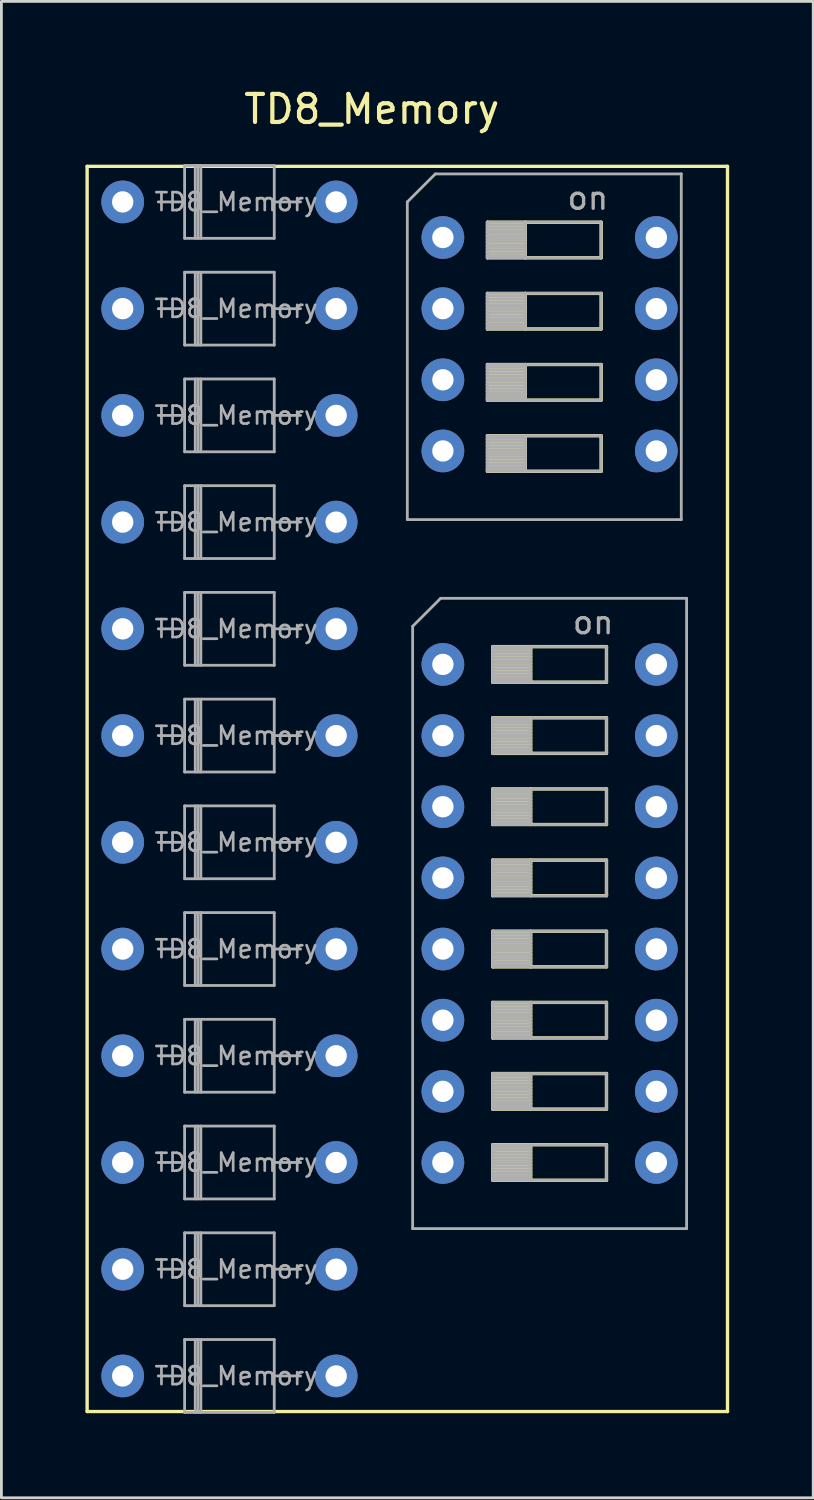
<source format=kicad_pcb>
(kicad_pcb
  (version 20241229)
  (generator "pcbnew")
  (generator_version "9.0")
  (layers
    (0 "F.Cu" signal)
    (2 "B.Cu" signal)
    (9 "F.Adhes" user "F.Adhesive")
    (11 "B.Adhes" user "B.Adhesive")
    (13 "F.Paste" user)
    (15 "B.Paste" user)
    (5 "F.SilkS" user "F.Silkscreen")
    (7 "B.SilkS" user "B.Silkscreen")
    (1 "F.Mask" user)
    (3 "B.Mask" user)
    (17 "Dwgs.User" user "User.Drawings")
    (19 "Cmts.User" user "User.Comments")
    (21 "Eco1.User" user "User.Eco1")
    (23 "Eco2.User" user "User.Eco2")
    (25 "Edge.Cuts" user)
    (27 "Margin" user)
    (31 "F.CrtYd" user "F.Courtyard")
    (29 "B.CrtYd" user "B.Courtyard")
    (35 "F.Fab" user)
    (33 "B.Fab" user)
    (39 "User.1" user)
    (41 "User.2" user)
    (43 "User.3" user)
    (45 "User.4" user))
  (footprint "TD8_Memory"
    (layer "F.Cu")
    (at 10.22 0.348)
    (property "Reference" "TD8_Memory" (at 0 0.5 0) (layer "F.SilkS") (effects (font (size 1 1) (thickness 0.15))))
    (attr through_hole)
    (fp_line (start -10.16 2.54) (end 12.7 2.54) (stroke (width 0.12) (type solid)) (layer "F.SilkS"))
    (fp_line (start -10.16 46.99) (end -10.16 2.54) (stroke (width 0.12) (type solid)) (layer "F.SilkS"))
    (fp_line (start 4.13 4.535) (end 4.13 5.805) (stroke (width 0.12) (type solid)) (layer "F.SilkS"))
    (fp_line (start 4.13 4.655) (end 5.483 4.655) (stroke (width 0.12) (type solid)) (layer "F.SilkS"))
    (fp_line (start 4.13 4.775) (end 5.483 4.775) (stroke (width 0.12) (type solid)) (layer "F.SilkS"))
    (fp_line (start 4.13 4.895) (end 5.483 4.895) (stroke (width 0.12) (type solid)) (layer "F.SilkS"))
    (fp_line (start 4.13 5.015) (end 5.483 5.015) (stroke (width 0.12) (type solid)) (layer "F.SilkS"))
    (fp_line (start 4.13 5.135) (end 5.483 5.135) (stroke (width 0.12) (type solid)) (layer "F.SilkS"))
    (fp_line (start 4.13 5.255) (end 5.483 5.255) (stroke (width 0.12) (type solid)) (layer "F.SilkS"))
    (fp_line (start 4.13 5.375) (end 5.483 5.375) (stroke (width 0.12) (type solid)) (layer "F.SilkS"))
    (fp_line (start 4.13 5.495) (end 5.483 5.495) (stroke (width 0.12) (type solid)) (layer "F.SilkS"))
    (fp_line (start 4.13 5.615) (end 5.483 5.615) (stroke (width 0.12) (type solid)) (layer "F.SilkS"))
    (fp_line (start 4.13 5.735) (end 5.483 5.735) (stroke (width 0.12) (type solid)) (layer "F.SilkS"))
    (fp_line (start 4.13 5.805) (end 8.19 5.805) (stroke (width 0.12) (type solid)) (layer "F.SilkS"))
    (fp_line (start 4.13 7.075) (end 4.13 8.345) (stroke (width 0.12) (type solid)) (layer "F.SilkS"))
    (fp_line (start 4.13 7.195) (end 5.483 7.195) (stroke (width 0.12) (type solid)) (layer "F.SilkS"))
    (fp_line (start 4.13 7.315) (end 5.483 7.315) (stroke (width 0.12) (type solid)) (layer "F.SilkS"))
    (fp_line (start 4.13 7.435) (end 5.483 7.435) (stroke (width 0.12) (type solid)) (layer "F.SilkS"))
    (fp_line (start 4.13 7.555) (end 5.483 7.555) (stroke (width 0.12) (type solid)) (layer "F.SilkS"))
    (fp_line (start 4.13 7.675) (end 5.483 7.675) (stroke (width 0.12) (type solid)) (layer "F.SilkS"))
    (fp_line (start 4.13 7.795) (end 5.483 7.795) (stroke (width 0.12) (type solid)) (layer "F.SilkS"))
    (fp_line (start 4.13 7.915) (end 5.483 7.915) (stroke (width 0.12) (type solid)) (layer "F.SilkS"))
    (fp_line (start 4.13 8.035) (end 5.483 8.035) (stroke (width 0.12) (type solid)) (layer "F.SilkS"))
    (fp_line (start 4.13 8.155) (end 5.483 8.155) (stroke (width 0.12) (type solid)) (layer "F.SilkS"))
    (fp_line (start 4.13 8.275) (end 5.483 8.275) (stroke (width 0.12) (type solid)) (layer "F.SilkS"))
    (fp_line (start 4.13 8.345) (end 8.19 8.345) (stroke (width 0.12) (type solid)) (layer "F.SilkS"))
    (fp_line (start 4.13 9.615) (end 4.13 10.885) (stroke (width 0.12) (type solid)) (layer "F.SilkS"))
    (fp_line (start 4.13 9.735) (end 5.483 9.735) (stroke (width 0.12) (type solid)) (layer "F.SilkS"))
    (fp_line (start 4.13 9.855) (end 5.483 9.855) (stroke (width 0.12) (type solid)) (layer "F.SilkS"))
    (fp_line (start 4.13 9.975) (end 5.483 9.975) (stroke (width 0.12) (type solid)) (layer "F.SilkS"))
    (fp_line (start 4.13 10.095) (end 5.483 10.095) (stroke (width 0.12) (type solid)) (layer "F.SilkS"))
    (fp_line (start 4.13 10.215) (end 5.483 10.215) (stroke (width 0.12) (type solid)) (layer "F.SilkS"))
    (fp_line (start 4.13 10.335) (end 5.483 10.335) (stroke (width 0.12) (type solid)) (layer "F.SilkS"))
    (fp_line (start 4.13 10.455) (end 5.483 10.455) (stroke (width 0.12) (type solid)) (layer "F.SilkS"))
    (fp_line (start 4.13 10.575) (end 5.483 10.575) (stroke (width 0.12) (type solid)) (layer "F.SilkS"))
    (fp_line (start 4.13 10.695) (end 5.483 10.695) (stroke (width 0.12) (type solid)) (layer "F.SilkS"))
    (fp_line (start 4.13 10.815) (end 5.483 10.815) (stroke (width 0.12) (type solid)) (layer "F.SilkS"))
    (fp_line (start 4.13 10.885) (end 8.19 10.885) (stroke (width 0.12) (type solid)) (layer "F.SilkS"))
    (fp_line (start 4.13 12.155) (end 4.13 13.425) (stroke (width 0.12) (type solid)) (layer "F.SilkS"))
    (fp_line (start 4.13 12.275) (end 5.483 12.275) (stroke (width 0.12) (type solid)) (layer "F.SilkS"))
    (fp_line (start 4.13 12.395) (end 5.483 12.395) (stroke (width 0.12) (type solid)) (layer "F.SilkS"))
    (fp_line (start 4.13 12.515) (end 5.483 12.515) (stroke (width 0.12) (type solid)) (layer "F.SilkS"))
    (fp_line (start 4.13 12.635) (end 5.483 12.635) (stroke (width 0.12) (type solid)) (layer "F.SilkS"))
    (fp_line (start 4.13 12.755) (end 5.483 12.755) (stroke (width 0.12) (type solid)) (layer "F.SilkS"))
    (fp_line (start 4.13 12.875) (end 5.483 12.875) (stroke (width 0.12) (type solid)) (layer "F.SilkS"))
    (fp_line (start 4.13 12.995) (end 5.483 12.995) (stroke (width 0.12) (type solid)) (layer "F.SilkS"))
    (fp_line (start 4.13 13.115) (end 5.483 13.115) (stroke (width 0.12) (type solid)) (layer "F.SilkS"))
    (fp_line (start 4.13 13.235) (end 5.483 13.235) (stroke (width 0.12) (type solid)) (layer "F.SilkS"))
    (fp_line (start 4.13 13.355) (end 5.483 13.355) (stroke (width 0.12) (type solid)) (layer "F.SilkS"))
    (fp_line (start 4.13 13.425) (end 8.19 13.425) (stroke (width 0.12) (type solid)) (layer "F.SilkS"))
    (fp_line (start 4.32 19.685) (end 4.32 20.955) (stroke (width 0.12) (type solid)) (layer "F.SilkS"))
    (fp_line (start 4.32 19.805) (end 5.673 19.805) (stroke (width 0.12) (type solid)) (layer "F.SilkS"))
    (fp_line (start 4.32 19.925) (end 5.673 19.925) (stroke (width 0.12) (type solid)) (layer "F.SilkS"))
    (fp_line (start 4.32 20.045) (end 5.673 20.045) (stroke (width 0.12) (type solid)) (layer "F.SilkS"))
    (fp_line (start 4.32 20.165) (end 5.673 20.165) (stroke (width 0.12) (type solid)) (layer "F.SilkS"))
    (fp_line (start 4.32 20.285) (end 5.673 20.285) (stroke (width 0.12) (type solid)) (layer "F.SilkS"))
    (fp_line (start 4.32 20.405) (end 5.673 20.405) (stroke (width 0.12) (type solid)) (layer "F.SilkS"))
    (fp_line (start 4.32 20.525) (end 5.673 20.525) (stroke (width 0.12) (type solid)) (layer "F.SilkS"))
    (fp_line (start 4.32 20.645) (end 5.673 20.645) (stroke (width 0.12) (type solid)) (layer "F.SilkS"))
    (fp_line (start 4.32 20.765) (end 5.673 20.765) (stroke (width 0.12) (type solid)) (layer "F.SilkS"))
    (fp_line (start 4.32 20.885) (end 5.673 20.885) (stroke (width 0.12) (type solid)) (layer "F.SilkS"))
    (fp_line (start 4.32 20.955) (end 8.38 20.955) (stroke (width 0.12) (type solid)) (layer "F.SilkS"))
    (fp_line (start 4.32 22.225) (end 4.32 23.495) (stroke (width 0.12) (type solid)) (layer "F.SilkS"))
    (fp_line (start 4.32 22.345) (end 5.673 22.345) (stroke (width 0.12) (type solid)) (layer "F.SilkS"))
    (fp_line (start 4.32 22.465) (end 5.673 22.465) (stroke (width 0.12) (type solid)) (layer "F.SilkS"))
    (fp_line (start 4.32 22.585) (end 5.673 22.585) (stroke (width 0.12) (type solid)) (layer "F.SilkS"))
    (fp_line (start 4.32 22.705) (end 5.673 22.705) (stroke (width 0.12) (type solid)) (layer "F.SilkS"))
    (fp_line (start 4.32 22.825) (end 5.673 22.825) (stroke (width 0.12) (type solid)) (layer "F.SilkS"))
    (fp_line (start 4.32 22.945) (end 5.673 22.945) (stroke (width 0.12) (type solid)) (layer "F.SilkS"))
    (fp_line (start 4.32 23.065) (end 5.673 23.065) (stroke (width 0.12) (type solid)) (layer "F.SilkS"))
    (fp_line (start 4.32 23.185) (end 5.673 23.185) (stroke (width 0.12) (type solid)) (layer "F.SilkS"))
    (fp_line (start 4.32 23.305) (end 5.673 23.305) (stroke (width 0.12) (type solid)) (layer "F.SilkS"))
    (fp_line (start 4.32 23.425) (end 5.673 23.425) (stroke (width 0.12) (type solid)) (layer "F.SilkS"))
    (fp_line (start 4.32 23.495) (end 8.38 23.495) (stroke (width 0.12) (type solid)) (layer "F.SilkS"))
    (fp_line (start 4.32 24.765) (end 4.32 26.035) (stroke (width 0.12) (type solid)) (layer "F.SilkS"))
    (fp_line (start 4.32 24.885) (end 5.673 24.885) (stroke (width 0.12) (type solid)) (layer "F.SilkS"))
    (fp_line (start 4.32 25.005) (end 5.673 25.005) (stroke (width 0.12) (type solid)) (layer "F.SilkS"))
    (fp_line (start 4.32 25.125) (end 5.673 25.125) (stroke (width 0.12) (type solid)) (layer "F.SilkS"))
    (fp_line (start 4.32 25.245) (end 5.673 25.245) (stroke (width 0.12) (type solid)) (layer "F.SilkS"))
    (fp_line (start 4.32 25.365) (end 5.673 25.365) (stroke (width 0.12) (type solid)) (layer "F.SilkS"))
    (fp_line (start 4.32 25.485) (end 5.673 25.485) (stroke (width 0.12) (type solid)) (layer "F.SilkS"))
    (fp_line (start 4.32 25.605) (end 5.673 25.605) (stroke (width 0.12) (type solid)) (layer "F.SilkS"))
    (fp_line (start 4.32 25.725) (end 5.673 25.725) (stroke (width 0.12) (type solid)) (layer "F.SilkS"))
    (fp_line (start 4.32 25.845) (end 5.673 25.845) (stroke (width 0.12) (type solid)) (layer "F.SilkS"))
    (fp_line (start 4.32 25.965) (end 5.673 25.965) (stroke (width 0.12) (type solid)) (layer "F.SilkS"))
    (fp_line (start 4.32 26.035) (end 8.38 26.035) (stroke (width 0.12) (type solid)) (layer "F.SilkS"))
    (fp_line (start 4.32 27.305) (end 4.32 28.575) (stroke (width 0.12) (type solid)) (layer "F.SilkS"))
    (fp_line (start 4.32 27.425) (end 5.673 27.425) (stroke (width 0.12) (type solid)) (layer "F.SilkS"))
    (fp_line (start 4.32 27.545) (end 5.673 27.545) (stroke (width 0.12) (type solid)) (layer "F.SilkS"))
    (fp_line (start 4.32 27.665) (end 5.673 27.665) (stroke (width 0.12) (type solid)) (layer "F.SilkS"))
    (fp_line (start 4.32 27.785) (end 5.673 27.785) (stroke (width 0.12) (type solid)) (layer "F.SilkS"))
    (fp_line (start 4.32 27.905) (end 5.673 27.905) (stroke (width 0.12) (type solid)) (layer "F.SilkS"))
    (fp_line (start 4.32 28.025) (end 5.673 28.025) (stroke (width 0.12) (type solid)) (layer "F.SilkS"))
    (fp_line (start 4.32 28.145) (end 5.673 28.145) (stroke (width 0.12) (type solid)) (layer "F.SilkS"))
    (fp_line (start 4.32 28.265) (end 5.673 28.265) (stroke (width 0.12) (type solid)) (layer "F.SilkS"))
    (fp_line (start 4.32 28.385) (end 5.673 28.385) (stroke (width 0.12) (type solid)) (layer "F.SilkS"))
    (fp_line (start 4.32 28.505) (end 5.673 28.505) (stroke (width 0.12) (type solid)) (layer "F.SilkS"))
    (fp_line (start 4.32 28.575) (end 8.38 28.575) (stroke (width 0.12) (type solid)) (layer "F.SilkS"))
    (fp_line (start 4.32 29.845) (end 4.32 31.115) (stroke (width 0.12) (type solid)) (layer "F.SilkS"))
    (fp_line (start 4.32 29.965) (end 5.673 29.965) (stroke (width 0.12) (type solid)) (layer "F.SilkS"))
    (fp_line (start 4.32 30.085) (end 5.673 30.085) (stroke (width 0.12) (type solid)) (layer "F.SilkS"))
    (fp_line (start 4.32 30.205) (end 5.673 30.205) (stroke (width 0.12) (type solid)) (layer "F.SilkS"))
    (fp_line (start 4.32 30.325) (end 5.673 30.325) (stroke (width 0.12) (type solid)) (layer "F.SilkS"))
    (fp_line (start 4.32 30.445) (end 5.673 30.445) (stroke (width 0.12) (type solid)) (layer "F.SilkS"))
    (fp_line (start 4.32 30.565) (end 5.673 30.565) (stroke (width 0.12) (type solid)) (layer "F.SilkS"))
    (fp_line (start 4.32 30.685) (end 5.673 30.685) (stroke (width 0.12) (type solid)) (layer "F.SilkS"))
    (fp_line (start 4.32 30.805) (end 5.673 30.805) (stroke (width 0.12) (type solid)) (layer "F.SilkS"))
    (fp_line (start 4.32 30.925) (end 5.673 30.925) (stroke (width 0.12) (type solid)) (layer "F.SilkS"))
    (fp_line (start 4.32 31.045) (end 5.673 31.045) (stroke (width 0.12) (type solid)) (layer "F.SilkS"))
    (fp_line (start 4.32 31.115) (end 8.38 31.115) (stroke (width 0.12) (type solid)) (layer "F.SilkS"))
    (fp_line (start 4.32 32.385) (end 4.32 33.655) (stroke (width 0.12) (type solid)) (layer "F.SilkS"))
    (fp_line (start 4.32 32.505) (end 5.673 32.505) (stroke (width 0.12) (type solid)) (layer "F.SilkS"))
    (fp_line (start 4.32 32.625) (end 5.673 32.625) (stroke (width 0.12) (type solid)) (layer "F.SilkS"))
    (fp_line (start 4.32 32.745) (end 5.673 32.745) (stroke (width 0.12) (type solid)) (layer "F.SilkS"))
    (fp_line (start 4.32 32.865) (end 5.673 32.865) (stroke (width 0.12) (type solid)) (layer "F.SilkS"))
    (fp_line (start 4.32 32.985) (end 5.673 32.985) (stroke (width 0.12) (type solid)) (layer "F.SilkS"))
    (fp_line (start 4.32 33.105) (end 5.673 33.105) (stroke (width 0.12) (type solid)) (layer "F.SilkS"))
    (fp_line (start 4.32 33.225) (end 5.673 33.225) (stroke (width 0.12) (type solid)) (layer "F.SilkS"))
    (fp_line (start 4.32 33.345) (end 5.673 33.345) (stroke (width 0.12) (type solid)) (layer "F.SilkS"))
    (fp_line (start 4.32 33.465) (end 5.673 33.465) (stroke (width 0.12) (type solid)) (layer "F.SilkS"))
    (fp_line (start 4.32 33.585) (end 5.673 33.585) (stroke (width 0.12) (type solid)) (layer "F.SilkS"))
    (fp_line (start 4.32 33.655) (end 8.38 33.655) (stroke (width 0.12) (type solid)) (layer "F.SilkS"))
    (fp_line (start 4.32 34.925) (end 4.32 36.195) (stroke (width 0.12) (type solid)) (layer "F.SilkS"))
    (fp_line (start 4.32 35.045) (end 5.673 35.045) (stroke (width 0.12) (type solid)) (layer "F.SilkS"))
    (fp_line (start 4.32 35.165) (end 5.673 35.165) (stroke (width 0.12) (type solid)) (layer "F.SilkS"))
    (fp_line (start 4.32 35.285) (end 5.673 35.285) (stroke (width 0.12) (type solid)) (layer "F.SilkS"))
    (fp_line (start 4.32 35.405) (end 5.673 35.405) (stroke (width 0.12) (type solid)) (layer "F.SilkS"))
    (fp_line (start 4.32 35.525) (end 5.673 35.525) (stroke (width 0.12) (type solid)) (layer "F.SilkS"))
    (fp_line (start 4.32 35.645) (end 5.673 35.645) (stroke (width 0.12) (type solid)) (layer "F.SilkS"))
    (fp_line (start 4.32 35.765) (end 5.673 35.765) (stroke (width 0.12) (type solid)) (layer "F.SilkS"))
    (fp_line (start 4.32 35.885) (end 5.673 35.885) (stroke (width 0.12) (type solid)) (layer "F.SilkS"))
    (fp_line (start 4.32 36.005) (end 5.673 36.005) (stroke (width 0.12) (type solid)) (layer "F.SilkS"))
    (fp_line (start 4.32 36.125) (end 5.673 36.125) (stroke (width 0.12) (type solid)) (layer "F.SilkS"))
    (fp_line (start 4.32 36.195) (end 8.38 36.195) (stroke (width 0.12) (type solid)) (layer "F.SilkS"))
    (fp_line (start 4.32 37.465) (end 4.32 38.735) (stroke (width 0.12) (type solid)) (layer "F.SilkS"))
    (fp_line (start 4.32 37.585) (end 5.673 37.585) (stroke (width 0.12) (type solid)) (layer "F.SilkS"))
    (fp_line (start 4.32 37.705) (end 5.673 37.705) (stroke (width 0.12) (type solid)) (layer "F.SilkS"))
    (fp_line (start 4.32 37.825) (end 5.673 37.825) (stroke (width 0.12) (type solid)) (layer "F.SilkS"))
    (fp_line (start 4.32 37.945) (end 5.673 37.945) (stroke (width 0.12) (type solid)) (layer "F.SilkS"))
    (fp_line (start 4.32 38.065) (end 5.673 38.065) (stroke (width 0.12) (type solid)) (layer "F.SilkS"))
    (fp_line (start 4.32 38.185) (end 5.673 38.185) (stroke (width 0.12) (type solid)) (layer "F.SilkS"))
    (fp_line (start 4.32 38.305) (end 5.673 38.305) (stroke (width 0.12) (type solid)) (layer "F.SilkS"))
    (fp_line (start 4.32 38.425) (end 5.673 38.425) (stroke (width 0.12) (type solid)) (layer "F.SilkS"))
    (fp_line (start 4.32 38.545) (end 5.673 38.545) (stroke (width 0.12) (type solid)) (layer "F.SilkS"))
    (fp_line (start 4.32 38.665) (end 5.673 38.665) (stroke (width 0.12) (type solid)) (layer "F.SilkS"))
    (fp_line (start 4.32 38.735) (end 8.38 38.735) (stroke (width 0.12) (type solid)) (layer "F.SilkS"))
    (fp_line (start 5.483 4.535) (end 5.483 5.805) (stroke (width 0.12) (type solid)) (layer "F.SilkS"))
    (fp_line (start 5.483 7.075) (end 5.483 8.345) (stroke (width 0.12) (type solid)) (layer "F.SilkS"))
    (fp_line (start 5.483 9.615) (end 5.483 10.885) (stroke (width 0.12) (type solid)) (layer "F.SilkS"))
    (fp_line (start 5.483 12.155) (end 5.483 13.425) (stroke (width 0.12) (type solid)) (layer "F.SilkS"))
    (fp_line (start 5.673 19.685) (end 5.673 20.955) (stroke (width 0.12) (type solid)) (layer "F.SilkS"))
    (fp_line (start 5.673 22.225) (end 5.673 23.495) (stroke (width 0.12) (type solid)) (layer "F.SilkS"))
    (fp_line (start 5.673 24.765) (end 5.673 26.035) (stroke (width 0.12) (type solid)) (layer "F.SilkS"))
    (fp_line (start 5.673 27.305) (end 5.673 28.575) (stroke (width 0.12) (type solid)) (layer "F.SilkS"))
    (fp_line (start 5.673 29.845) (end 5.673 31.115) (stroke (width 0.12) (type solid)) (layer "F.SilkS"))
    (fp_line (start 5.673 32.385) (end 5.673 33.655) (stroke (width 0.12) (type solid)) (layer "F.SilkS"))
    (fp_line (start 5.673 34.925) (end 5.673 36.195) (stroke (width 0.12) (type solid)) (layer "F.SilkS"))
    (fp_line (start 5.673 37.465) (end 5.673 38.735) (stroke (width 0.12) (type solid)) (layer "F.SilkS"))
    (fp_line (start 8.19 4.535) (end 4.13 4.535) (stroke (width 0.12) (type solid)) (layer "F.SilkS"))
    (fp_line (start 8.19 5.805) (end 8.19 4.535) (stroke (width 0.12) (type solid)) (layer "F.SilkS"))
    (fp_line (start 8.19 7.075) (end 4.13 7.075) (stroke (width 0.12) (type solid)) (layer "F.SilkS"))
    (fp_line (start 8.19 8.345) (end 8.19 7.075) (stroke (width 0.12) (type solid)) (layer "F.SilkS"))
    (fp_line (start 8.19 9.615) (end 4.13 9.615) (stroke (width 0.12) (type solid)) (layer "F.SilkS"))
    (fp_line (start 8.19 10.885) (end 8.19 9.615) (stroke (width 0.12) (type solid)) (layer "F.SilkS"))
    (fp_line (start 8.19 12.155) (end 4.13 12.155) (stroke (width 0.12) (type solid)) (layer "F.SilkS"))
    (fp_line (start 8.19 13.425) (end 8.19 12.155) (stroke (width 0.12) (type solid)) (layer "F.SilkS"))
    (fp_line (start 8.38 19.685) (end 4.32 19.685) (stroke (width 0.12) (type solid)) (layer "F.SilkS"))
    (fp_line (start 8.38 20.955) (end 8.38 19.685) (stroke (width 0.12) (type solid)) (layer "F.SilkS"))
    (fp_line (start 8.38 22.225) (end 4.32 22.225) (stroke (width 0.12) (type solid)) (layer "F.SilkS"))
    (fp_line (start 8.38 23.495) (end 8.38 22.225) (stroke (width 0.12) (type solid)) (layer "F.SilkS"))
    (fp_line (start 8.38 24.765) (end 4.32 24.765) (stroke (width 0.12) (type solid)) (layer "F.SilkS"))
    (fp_line (start 8.38 26.035) (end 8.38 24.765) (stroke (width 0.12) (type solid)) (layer "F.SilkS"))
    (fp_line (start 8.38 27.305) (end 4.32 27.305) (stroke (width 0.12) (type solid)) (layer "F.SilkS"))
    (fp_line (start 8.38 28.575) (end 8.38 27.305) (stroke (width 0.12) (type solid)) (layer "F.SilkS"))
    (fp_line (start 8.38 29.845) (end 4.32 29.845) (stroke (width 0.12) (type solid)) (layer "F.SilkS"))
    (fp_line (start 8.38 31.115) (end 8.38 29.845) (stroke (width 0.12) (type solid)) (layer "F.SilkS"))
    (fp_line (start 8.38 32.385) (end 4.32 32.385) (stroke (width 0.12) (type solid)) (layer "F.SilkS"))
    (fp_line (start 8.38 33.655) (end 8.38 32.385) (stroke (width 0.12) (type solid)) (layer "F.SilkS"))
    (fp_line (start 8.38 34.925) (end 4.32 34.925) (stroke (width 0.12) (type solid)) (layer "F.SilkS"))
    (fp_line (start 8.38 36.195) (end 8.38 34.925) (stroke (width 0.12) (type solid)) (layer "F.SilkS"))
    (fp_line (start 8.38 37.465) (end 4.32 37.465) (stroke (width 0.12) (type solid)) (layer "F.SilkS"))
    (fp_line (start 8.38 38.735) (end 8.38 37.465) (stroke (width 0.12) (type solid)) (layer "F.SilkS"))
    (fp_line (start 12.7 2.54) (end 12.7 46.99) (stroke (width 0.12) (type solid)) (layer "F.SilkS"))
    (fp_line (start 12.7 46.99) (end -10.16 46.99) (stroke (width 0.12) (type solid)) (layer "F.SilkS"))
    (fp_line (start -7.62 3.81) (end -6.68 3.81) (stroke (width 0.1) (type solid)) (layer "F.Fab"))
    (fp_line (start -7.62 7.62) (end -6.68 7.62) (stroke (width 0.1) (type solid)) (layer "F.Fab"))
    (fp_line (start -7.62 11.43) (end -6.68 11.43) (stroke (width 0.1) (type solid)) (layer "F.Fab"))
    (fp_line (start -7.62 15.24) (end -6.68 15.24) (stroke (width 0.1) (type solid)) (layer "F.Fab"))
    (fp_line (start -7.62 19.05) (end -6.68 19.05) (stroke (width 0.1) (type solid)) (layer "F.Fab"))
    (fp_line (start -7.62 22.86) (end -6.68 22.86) (stroke (width 0.1) (type solid)) (layer "F.Fab"))
    (fp_line (start -7.62 26.67) (end -6.68 26.67) (stroke (width 0.1) (type solid)) (layer "F.Fab"))
    (fp_line (start -7.62 30.48) (end -6.68 30.48) (stroke (width 0.1) (type solid)) (layer "F.Fab"))
    (fp_line (start -7.62 34.29) (end -6.68 34.29) (stroke (width 0.1) (type solid)) (layer "F.Fab"))
    (fp_line (start -7.62 38.1) (end -6.68 38.1) (stroke (width 0.1) (type solid)) (layer "F.Fab"))
    (fp_line (start -7.62 41.91) (end -6.68 41.91) (stroke (width 0.1) (type solid)) (layer "F.Fab"))
    (fp_line (start -7.62 45.72) (end -6.68 45.72) (stroke (width 0.1) (type solid)) (layer "F.Fab"))
    (fp_line (start -6.68 2.51) (end -6.68 5.11) (stroke (width 0.1) (type solid)) (layer "F.Fab"))
    (fp_line (start -6.68 5.11) (end -3.48 5.11) (stroke (width 0.1) (type solid)) (layer "F.Fab"))
    (fp_line (start -6.68 6.32) (end -6.68 8.92) (stroke (width 0.1) (type solid)) (layer "F.Fab"))
    (fp_line (start -6.68 8.92) (end -3.48 8.92) (stroke (width 0.1) (type solid)) (layer "F.Fab"))
    (fp_line (start -6.68 10.13) (end -6.68 12.73) (stroke (width 0.1) (type solid)) (layer "F.Fab"))
    (fp_line (start -6.68 12.73) (end -3.48 12.73) (stroke (width 0.1) (type solid)) (layer "F.Fab"))
    (fp_line (start -6.68 13.94) (end -6.68 16.54) (stroke (width 0.1) (type solid)) (layer "F.Fab"))
    (fp_line (start -6.68 16.54) (end -3.48 16.54) (stroke (width 0.1) (type solid)) (layer "F.Fab"))
    (fp_line (start -6.68 17.75) (end -6.68 20.35) (stroke (width 0.1) (type solid)) (layer "F.Fab"))
    (fp_line (start -6.68 20.35) (end -3.48 20.35) (stroke (width 0.1) (type solid)) (layer "F.Fab"))
    (fp_line (start -6.68 21.56) (end -6.68 24.16) (stroke (width 0.1) (type solid)) (layer "F.Fab"))
    (fp_line (start -6.68 24.16) (end -3.48 24.16) (stroke (width 0.1) (type solid)) (layer "F.Fab"))
    (fp_line (start -6.68 25.37) (end -6.68 27.97) (stroke (width 0.1) (type solid)) (layer "F.Fab"))
    (fp_line (start -6.68 27.97) (end -3.48 27.97) (stroke (width 0.1) (type solid)) (layer "F.Fab"))
    (fp_line (start -6.68 29.18) (end -6.68 31.78) (stroke (width 0.1) (type solid)) (layer "F.Fab"))
    (fp_line (start -6.68 31.78) (end -3.48 31.78) (stroke (width 0.1) (type solid)) (layer "F.Fab"))
    (fp_line (start -6.68 32.99) (end -6.68 35.59) (stroke (width 0.1) (type solid)) (layer "F.Fab"))
    (fp_line (start -6.68 35.59) (end -3.48 35.59) (stroke (width 0.1) (type solid)) (layer "F.Fab"))
    (fp_line (start -6.68 36.8) (end -6.68 39.4) (stroke (width 0.1) (type solid)) (layer "F.Fab"))
    (fp_line (start -6.68 39.4) (end -3.48 39.4) (stroke (width 0.1) (type solid)) (layer "F.Fab"))
    (fp_line (start -6.68 40.61) (end -6.68 43.21) (stroke (width 0.1) (type solid)) (layer "F.Fab"))
    (fp_line (start -6.68 43.21) (end -3.48 43.21) (stroke (width 0.1) (type solid)) (layer "F.Fab"))
    (fp_line (start -6.68 44.42) (end -6.68 47.02) (stroke (width 0.1) (type solid)) (layer "F.Fab"))
    (fp_line (start -6.68 47.02) (end -3.48 47.02) (stroke (width 0.1) (type solid)) (layer "F.Fab"))
    (fp_line (start -6.3 2.51) (end -6.3 5.11) (stroke (width 0.1) (type solid)) (layer "F.Fab"))
    (fp_line (start -6.3 6.32) (end -6.3 8.92) (stroke (width 0.1) (type solid)) (layer "F.Fab"))
    (fp_line (start -6.3 10.13) (end -6.3 12.73) (stroke (width 0.1) (type solid)) (layer "F.Fab"))
    (fp_line (start -6.3 13.94) (end -6.3 16.54) (stroke (width 0.1) (type solid)) (layer "F.Fab"))
    (fp_line (start -6.3 17.75) (end -6.3 20.35) (stroke (width 0.1) (type solid)) (layer "F.Fab"))
    (fp_line (start -6.3 21.56) (end -6.3 24.16) (stroke (width 0.1) (type solid)) (layer "F.Fab"))
    (fp_line (start -6.3 25.37) (end -6.3 27.97) (stroke (width 0.1) (type solid)) (layer "F.Fab"))
    (fp_line (start -6.3 29.18) (end -6.3 31.78) (stroke (width 0.1) (type solid)) (layer "F.Fab"))
    (fp_line (start -6.3 32.99) (end -6.3 35.59) (stroke (width 0.1) (type solid)) (layer "F.Fab"))
    (fp_line (start -6.3 36.8) (end -6.3 39.4) (stroke (width 0.1) (type solid)) (layer "F.Fab"))
    (fp_line (start -6.3 40.61) (end -6.3 43.21) (stroke (width 0.1) (type solid)) (layer "F.Fab"))
    (fp_line (start -6.3 44.42) (end -6.3 47.02) (stroke (width 0.1) (type solid)) (layer "F.Fab"))
    (fp_line (start -6.2 2.51) (end -6.2 5.11) (stroke (width 0.1) (type solid)) (layer "F.Fab"))
    (fp_line (start -6.2 6.32) (end -6.2 8.92) (stroke (width 0.1) (type solid)) (layer "F.Fab"))
    (fp_line (start -6.2 10.13) (end -6.2 12.73) (stroke (width 0.1) (type solid)) (layer "F.Fab"))
    (fp_line (start -6.2 13.94) (end -6.2 16.54) (stroke (width 0.1) (type solid)) (layer "F.Fab"))
    (fp_line (start -6.2 17.75) (end -6.2 20.35) (stroke (width 0.1) (type solid)) (layer "F.Fab"))
    (fp_line (start -6.2 21.56) (end -6.2 24.16) (stroke (width 0.1) (type solid)) (layer "F.Fab"))
    (fp_line (start -6.2 25.37) (end -6.2 27.97) (stroke (width 0.1) (type solid)) (layer "F.Fab"))
    (fp_line (start -6.2 29.18) (end -6.2 31.78) (stroke (width 0.1) (type solid)) (layer "F.Fab"))
    (fp_line (start -6.2 32.99) (end -6.2 35.59) (stroke (width 0.1) (type solid)) (layer "F.Fab"))
    (fp_line (start -6.2 36.8) (end -6.2 39.4) (stroke (width 0.1) (type solid)) (layer "F.Fab"))
    (fp_line (start -6.2 40.61) (end -6.2 43.21) (stroke (width 0.1) (type solid)) (layer "F.Fab"))
    (fp_line (start -6.2 44.42) (end -6.2 47.02) (stroke (width 0.1) (type solid)) (layer "F.Fab"))
    (fp_line (start -6.1 2.51) (end -6.1 5.11) (stroke (width 0.1) (type solid)) (layer "F.Fab"))
    (fp_line (start -6.1 6.32) (end -6.1 8.92) (stroke (width 0.1) (type solid)) (layer "F.Fab"))
    (fp_line (start -6.1 10.13) (end -6.1 12.73) (stroke (width 0.1) (type solid)) (layer "F.Fab"))
    (fp_line (start -6.1 13.94) (end -6.1 16.54) (stroke (width 0.1) (type solid)) (layer "F.Fab"))
    (fp_line (start -6.1 17.75) (end -6.1 20.35) (stroke (width 0.1) (type solid)) (layer "F.Fab"))
    (fp_line (start -6.1 21.56) (end -6.1 24.16) (stroke (width 0.1) (type solid)) (layer "F.Fab"))
    (fp_line (start -6.1 25.37) (end -6.1 27.97) (stroke (width 0.1) (type solid)) (layer "F.Fab"))
    (fp_line (start -6.1 29.18) (end -6.1 31.78) (stroke (width 0.1) (type solid)) (layer "F.Fab"))
    (fp_line (start -6.1 32.99) (end -6.1 35.59) (stroke (width 0.1) (type solid)) (layer "F.Fab"))
    (fp_line (start -6.1 36.8) (end -6.1 39.4) (stroke (width 0.1) (type solid)) (layer "F.Fab"))
    (fp_line (start -6.1 40.61) (end -6.1 43.21) (stroke (width 0.1) (type solid)) (layer "F.Fab"))
    (fp_line (start -6.1 44.42) (end -6.1 47.02) (stroke (width 0.1) (type solid)) (layer "F.Fab"))
    (fp_line (start -3.48 2.51) (end -6.68 2.51) (stroke (width 0.1) (type solid)) (layer "F.Fab"))
    (fp_line (start -3.48 5.11) (end -3.48 2.51) (stroke (width 0.1) (type solid)) (layer "F.Fab"))
    (fp_line (start -3.48 6.32) (end -6.68 6.32) (stroke (width 0.1) (type solid)) (layer "F.Fab"))
    (fp_line (start -3.48 8.92) (end -3.48 6.32) (stroke (width 0.1) (type solid)) (layer "F.Fab"))
    (fp_line (start -3.48 10.13) (end -6.68 10.13) (stroke (width 0.1) (type solid)) (layer "F.Fab"))
    (fp_line (start -3.48 12.73) (end -3.48 10.13) (stroke (width 0.1) (type solid)) (layer "F.Fab"))
    (fp_line (start -3.48 13.94) (end -6.68 13.94) (stroke (width 0.1) (type solid)) (layer "F.Fab"))
    (fp_line (start -3.48 16.54) (end -3.48 13.94) (stroke (width 0.1) (type solid)) (layer "F.Fab"))
    (fp_line (start -3.48 17.75) (end -6.68 17.75) (stroke (width 0.1) (type solid)) (layer "F.Fab"))
    (fp_line (start -3.48 20.35) (end -3.48 17.75) (stroke (width 0.1) (type solid)) (layer "F.Fab"))
    (fp_line (start -3.48 21.56) (end -6.68 21.56) (stroke (width 0.1) (type solid)) (layer "F.Fab"))
    (fp_line (start -3.48 24.16) (end -3.48 21.56) (stroke (width 0.1) (type solid)) (layer "F.Fab"))
    (fp_line (start -3.48 25.37) (end -6.68 25.37) (stroke (width 0.1) (type solid)) (layer "F.Fab"))
    (fp_line (start -3.48 27.97) (end -3.48 25.37) (stroke (width 0.1) (type solid)) (layer "F.Fab"))
    (fp_line (start -3.48 29.18) (end -6.68 29.18) (stroke (width 0.1) (type solid)) (layer "F.Fab"))
    (fp_line (start -3.48 31.78) (end -3.48 29.18) (stroke (width 0.1) (type solid)) (layer "F.Fab"))
    (fp_line (start -3.48 32.99) (end -6.68 32.99) (stroke (width 0.1) (type solid)) (layer "F.Fab"))
    (fp_line (start -3.48 35.59) (end -3.48 32.99) (stroke (width 0.1) (type solid)) (layer "F.Fab"))
    (fp_line (start -3.48 36.8) (end -6.68 36.8) (stroke (width 0.1) (type solid)) (layer "F.Fab"))
    (fp_line (start -3.48 39.4) (end -3.48 36.8) (stroke (width 0.1) (type solid)) (layer "F.Fab"))
    (fp_line (start -3.48 40.61) (end -6.68 40.61) (stroke (width 0.1) (type solid)) (layer "F.Fab"))
    (fp_line (start -3.48 43.21) (end -3.48 40.61) (stroke (width 0.1) (type solid)) (layer "F.Fab"))
    (fp_line (start -3.48 44.42) (end -6.68 44.42) (stroke (width 0.1) (type solid)) (layer "F.Fab"))
    (fp_line (start -3.48 47.02) (end -3.48 44.42) (stroke (width 0.1) (type solid)) (layer "F.Fab"))
    (fp_line (start -2.54 3.81) (end -3.48 3.81) (stroke (width 0.1) (type solid)) (layer "F.Fab"))
    (fp_line (start -2.54 7.62) (end -3.48 7.62) (stroke (width 0.1) (type solid)) (layer "F.Fab"))
    (fp_line (start -2.54 11.43) (end -3.48 11.43) (stroke (width 0.1) (type solid)) (layer "F.Fab"))
    (fp_line (start -2.54 15.24) (end -3.48 15.24) (stroke (width 0.1) (type solid)) (layer "F.Fab"))
    (fp_line (start -2.54 19.05) (end -3.48 19.05) (stroke (width 0.1) (type solid)) (layer "F.Fab"))
    (fp_line (start -2.54 22.86) (end -3.48 22.86) (stroke (width 0.1) (type solid)) (layer "F.Fab"))
    (fp_line (start -2.54 26.67) (end -3.48 26.67) (stroke (width 0.1) (type solid)) (layer "F.Fab"))
    (fp_line (start -2.54 30.48) (end -3.48 30.48) (stroke (width 0.1) (type solid)) (layer "F.Fab"))
    (fp_line (start -2.54 34.29) (end -3.48 34.29) (stroke (width 0.1) (type solid)) (layer "F.Fab"))
    (fp_line (start -2.54 38.1) (end -3.48 38.1) (stroke (width 0.1) (type solid)) (layer "F.Fab"))
    (fp_line (start -2.54 41.91) (end -3.48 41.91) (stroke (width 0.1) (type solid)) (layer "F.Fab"))
    (fp_line (start -2.54 45.72) (end -3.48 45.72) (stroke (width 0.1) (type solid)) (layer "F.Fab"))
    (fp_line (start 1.27 3.81) (end 2.27 2.81) (stroke (width 0.1) (type solid)) (layer "F.Fab"))
    (fp_line (start 1.27 15.15) (end 1.27 3.81) (stroke (width 0.1) (type solid)) (layer "F.Fab"))
    (fp_line (start 1.46 18.96) (end 2.46 17.96) (stroke (width 0.1) (type solid)) (layer "F.Fab"))
    (fp_line (start 1.46 40.46) (end 1.46 18.96) (stroke (width 0.1) (type solid)) (layer "F.Fab"))
    (fp_line (start 2.27 2.81) (end 11.05 2.81) (stroke (width 0.1) (type solid)) (layer "F.Fab"))
    (fp_line (start 2.46 17.96) (end 11.24 17.96) (stroke (width 0.1) (type solid)) (layer "F.Fab"))
    (fp_line (start 4.13 4.535) (end 4.13 5.805) (stroke (width 0.1) (type solid)) (layer "F.Fab"))
    (fp_line (start 4.13 4.635) (end 5.483 4.635) (stroke (width 0.1) (type solid)) (layer "F.Fab"))
    (fp_line (start 4.13 4.735) (end 5.483 4.735) (stroke (width 0.1) (type solid)) (layer "F.Fab"))
    (fp_line (start 4.13 4.835) (end 5.483 4.835) (stroke (width 0.1) (type solid)) (layer "F.Fab"))
    (fp_line (start 4.13 4.935) (end 5.483 4.935) (stroke (width 0.1) (type solid)) (layer "F.Fab"))
    (fp_line (start 4.13 5.035) (end 5.483 5.035) (stroke (width 0.1) (type solid)) (layer "F.Fab"))
    (fp_line (start 4.13 5.135) (end 5.483 5.135) (stroke (width 0.1) (type solid)) (layer "F.Fab"))
    (fp_line (start 4.13 5.235) (end 5.483 5.235) (stroke (width 0.1) (type solid)) (layer "F.Fab"))
    (fp_line (start 4.13 5.335) (end 5.483 5.335) (stroke (width 0.1) (type solid)) (layer "F.Fab"))
    (fp_line (start 4.13 5.435) (end 5.483 5.435) (stroke (width 0.1) (type solid)) (layer "F.Fab"))
    (fp_line (start 4.13 5.535) (end 5.483 5.535) (stroke (width 0.1) (type solid)) (layer "F.Fab"))
    (fp_line (start 4.13 5.635) (end 5.483 5.635) (stroke (width 0.1) (type solid)) (layer "F.Fab"))
    (fp_line (start 4.13 5.735) (end 5.483 5.735) (stroke (width 0.1) (type solid)) (layer "F.Fab"))
    (fp_line (start 4.13 5.805) (end 8.19 5.805) (stroke (width 0.1) (type solid)) (layer "F.Fab"))
    (fp_line (start 4.13 7.075) (end 4.13 8.345) (stroke (width 0.1) (type solid)) (layer "F.Fab"))
    (fp_line (start 4.13 7.175) (end 5.483 7.175) (stroke (width 0.1) (type solid)) (layer "F.Fab"))
    (fp_line (start 4.13 7.275) (end 5.483 7.275) (stroke (width 0.1) (type solid)) (layer "F.Fab"))
    (fp_line (start 4.13 7.375) (end 5.483 7.375) (stroke (width 0.1) (type solid)) (layer "F.Fab"))
    (fp_line (start 4.13 7.475) (end 5.483 7.475) (stroke (width 0.1) (type solid)) (layer "F.Fab"))
    (fp_line (start 4.13 7.575) (end 5.483 7.575) (stroke (width 0.1) (type solid)) (layer "F.Fab"))
    (fp_line (start 4.13 7.675) (end 5.483 7.675) (stroke (width 0.1) (type solid)) (layer "F.Fab"))
    (fp_line (start 4.13 7.775) (end 5.483 7.775) (stroke (width 0.1) (type solid)) (layer "F.Fab"))
    (fp_line (start 4.13 7.875) (end 5.483 7.875) (stroke (width 0.1) (type solid)) (layer "F.Fab"))
    (fp_line (start 4.13 7.975) (end 5.483 7.975) (stroke (width 0.1) (type solid)) (layer "F.Fab"))
    (fp_line (start 4.13 8.075) (end 5.483 8.075) (stroke (width 0.1) (type solid)) (layer "F.Fab"))
    (fp_line (start 4.13 8.175) (end 5.483 8.175) (stroke (width 0.1) (type solid)) (layer "F.Fab"))
    (fp_line (start 4.13 8.275) (end 5.483 8.275) (stroke (width 0.1) (type solid)) (layer "F.Fab"))
    (fp_line (start 4.13 8.345) (end 8.19 8.345) (stroke (width 0.1) (type solid)) (layer "F.Fab"))
    (fp_line (start 4.13 9.615) (end 4.13 10.885) (stroke (width 0.1) (type solid)) (layer "F.Fab"))
    (fp_line (start 4.13 9.715) (end 5.483 9.715) (stroke (width 0.1) (type solid)) (layer "F.Fab"))
    (fp_line (start 4.13 9.815) (end 5.483 9.815) (stroke (width 0.1) (type solid)) (layer "F.Fab"))
    (fp_line (start 4.13 9.915) (end 5.483 9.915) (stroke (width 0.1) (type solid)) (layer "F.Fab"))
    (fp_line (start 4.13 10.015) (end 5.483 10.015) (stroke (width 0.1) (type solid)) (layer "F.Fab"))
    (fp_line (start 4.13 10.115) (end 5.483 10.115) (stroke (width 0.1) (type solid)) (layer "F.Fab"))
    (fp_line (start 4.13 10.215) (end 5.483 10.215) (stroke (width 0.1) (type solid)) (layer "F.Fab"))
    (fp_line (start 4.13 10.315) (end 5.483 10.315) (stroke (width 0.1) (type solid)) (layer "F.Fab"))
    (fp_line (start 4.13 10.415) (end 5.483 10.415) (stroke (width 0.1) (type solid)) (layer "F.Fab"))
    (fp_line (start 4.13 10.515) (end 5.483 10.515) (stroke (width 0.1) (type solid)) (layer "F.Fab"))
    (fp_line (start 4.13 10.615) (end 5.483 10.615) (stroke (width 0.1) (type solid)) (layer "F.Fab"))
    (fp_line (start 4.13 10.715) (end 5.483 10.715) (stroke (width 0.1) (type solid)) (layer "F.Fab"))
    (fp_line (start 4.13 10.815) (end 5.483 10.815) (stroke (width 0.1) (type solid)) (layer "F.Fab"))
    (fp_line (start 4.13 10.885) (end 8.19 10.885) (stroke (width 0.1) (type solid)) (layer "F.Fab"))
    (fp_line (start 4.13 12.155) (end 4.13 13.425) (stroke (width 0.1) (type solid)) (layer "F.Fab"))
    (fp_line (start 4.13 12.255) (end 5.483 12.255) (stroke (width 0.1) (type solid)) (layer "F.Fab"))
    (fp_line (start 4.13 12.355) (end 5.483 12.355) (stroke (width 0.1) (type solid)) (layer "F.Fab"))
    (fp_line (start 4.13 12.455) (end 5.483 12.455) (stroke (width 0.1) (type solid)) (layer "F.Fab"))
    (fp_line (start 4.13 12.555) (end 5.483 12.555) (stroke (width 0.1) (type solid)) (layer "F.Fab"))
    (fp_line (start 4.13 12.655) (end 5.483 12.655) (stroke (width 0.1) (type solid)) (layer "F.Fab"))
    (fp_line (start 4.13 12.755) (end 5.483 12.755) (stroke (width 0.1) (type solid)) (layer "F.Fab"))
    (fp_line (start 4.13 12.855) (end 5.483 12.855) (stroke (width 0.1) (type solid)) (layer "F.Fab"))
    (fp_line (start 4.13 12.955) (end 5.483 12.955) (stroke (width 0.1) (type solid)) (layer "F.Fab"))
    (fp_line (start 4.13 13.055) (end 5.483 13.055) (stroke (width 0.1) (type solid)) (layer "F.Fab"))
    (fp_line (start 4.13 13.155) (end 5.483 13.155) (stroke (width 0.1) (type solid)) (layer "F.Fab"))
    (fp_line (start 4.13 13.255) (end 5.483 13.255) (stroke (width 0.1) (type solid)) (layer "F.Fab"))
    (fp_line (start 4.13 13.355) (end 5.483 13.355) (stroke (width 0.1) (type solid)) (layer "F.Fab"))
    (fp_line (start 4.13 13.425) (end 8.19 13.425) (stroke (width 0.1) (type solid)) (layer "F.Fab"))
    (fp_line (start 4.32 19.685) (end 4.32 20.955) (stroke (width 0.1) (type solid)) (layer "F.Fab"))
    (fp_line (start 4.32 19.785) (end 5.673 19.785) (stroke (width 0.1) (type solid)) (layer "F.Fab"))
    (fp_line (start 4.32 19.885) (end 5.673 19.885) (stroke (width 0.1) (type solid)) (layer "F.Fab"))
    (fp_line (start 4.32 19.985) (end 5.673 19.985) (stroke (width 0.1) (type solid)) (layer "F.Fab"))
    (fp_line (start 4.32 20.085) (end 5.673 20.085) (stroke (width 0.1) (type solid)) (layer "F.Fab"))
    (fp_line (start 4.32 20.185) (end 5.673 20.185) (stroke (width 0.1) (type solid)) (layer "F.Fab"))
    (fp_line (start 4.32 20.285) (end 5.673 20.285) (stroke (width 0.1) (type solid)) (layer "F.Fab"))
    (fp_line (start 4.32 20.385) (end 5.673 20.385) (stroke (width 0.1) (type solid)) (layer "F.Fab"))
    (fp_line (start 4.32 20.485) (end 5.673 20.485) (stroke (width 0.1) (type solid)) (layer "F.Fab"))
    (fp_line (start 4.32 20.585) (end 5.673 20.585) (stroke (width 0.1) (type solid)) (layer "F.Fab"))
    (fp_line (start 4.32 20.685) (end 5.673 20.685) (stroke (width 0.1) (type solid)) (layer "F.Fab"))
    (fp_line (start 4.32 20.785) (end 5.673 20.785) (stroke (width 0.1) (type solid)) (layer "F.Fab"))
    (fp_line (start 4.32 20.885) (end 5.673 20.885) (stroke (width 0.1) (type solid)) (layer "F.Fab"))
    (fp_line (start 4.32 20.955) (end 8.38 20.955) (stroke (width 0.1) (type solid)) (layer "F.Fab"))
    (fp_line (start 4.32 22.225) (end 4.32 23.495) (stroke (width 0.1) (type solid)) (layer "F.Fab"))
    (fp_line (start 4.32 22.325) (end 5.673 22.325) (stroke (width 0.1) (type solid)) (layer "F.Fab"))
    (fp_line (start 4.32 22.425) (end 5.673 22.425) (stroke (width 0.1) (type solid)) (layer "F.Fab"))
    (fp_line (start 4.32 22.525) (end 5.673 22.525) (stroke (width 0.1) (type solid)) (layer "F.Fab"))
    (fp_line (start 4.32 22.625) (end 5.673 22.625) (stroke (width 0.1) (type solid)) (layer "F.Fab"))
    (fp_line (start 4.32 22.725) (end 5.673 22.725) (stroke (width 0.1) (type solid)) (layer "F.Fab"))
    (fp_line (start 4.32 22.825) (end 5.673 22.825) (stroke (width 0.1) (type solid)) (layer "F.Fab"))
    (fp_line (start 4.32 22.925) (end 5.673 22.925) (stroke (width 0.1) (type solid)) (layer "F.Fab"))
    (fp_line (start 4.32 23.025) (end 5.673 23.025) (stroke (width 0.1) (type solid)) (layer "F.Fab"))
    (fp_line (start 4.32 23.125) (end 5.673 23.125) (stroke (width 0.1) (type solid)) (layer "F.Fab"))
    (fp_line (start 4.32 23.225) (end 5.673 23.225) (stroke (width 0.1) (type solid)) (layer "F.Fab"))
    (fp_line (start 4.32 23.325) (end 5.673 23.325) (stroke (width 0.1) (type solid)) (layer "F.Fab"))
    (fp_line (start 4.32 23.425) (end 5.673 23.425) (stroke (width 0.1) (type solid)) (layer "F.Fab"))
    (fp_line (start 4.32 23.495) (end 8.38 23.495) (stroke (width 0.1) (type solid)) (layer "F.Fab"))
    (fp_line (start 4.32 24.765) (end 4.32 26.035) (stroke (width 0.1) (type solid)) (layer "F.Fab"))
    (fp_line (start 4.32 24.865) (end 5.673 24.865) (stroke (width 0.1) (type solid)) (layer "F.Fab"))
    (fp_line (start 4.32 24.965) (end 5.673 24.965) (stroke (width 0.1) (type solid)) (layer "F.Fab"))
    (fp_line (start 4.32 25.065) (end 5.673 25.065) (stroke (width 0.1) (type solid)) (layer "F.Fab"))
    (fp_line (start 4.32 25.165) (end 5.673 25.165) (stroke (width 0.1) (type solid)) (layer "F.Fab"))
    (fp_line (start 4.32 25.265) (end 5.673 25.265) (stroke (width 0.1) (type solid)) (layer "F.Fab"))
    (fp_line (start 4.32 25.365) (end 5.673 25.365) (stroke (width 0.1) (type solid)) (layer "F.Fab"))
    (fp_line (start 4.32 25.465) (end 5.673 25.465) (stroke (width 0.1) (type solid)) (layer "F.Fab"))
    (fp_line (start 4.32 25.565) (end 5.673 25.565) (stroke (width 0.1) (type solid)) (layer "F.Fab"))
    (fp_line (start 4.32 25.665) (end 5.673 25.665) (stroke (width 0.1) (type solid)) (layer "F.Fab"))
    (fp_line (start 4.32 25.765) (end 5.673 25.765) (stroke (width 0.1) (type solid)) (layer "F.Fab"))
    (fp_line (start 4.32 25.865) (end 5.673 25.865) (stroke (width 0.1) (type solid)) (layer "F.Fab"))
    (fp_line (start 4.32 25.965) (end 5.673 25.965) (stroke (width 0.1) (type solid)) (layer "F.Fab"))
    (fp_line (start 4.32 26.035) (end 8.38 26.035) (stroke (width 0.1) (type solid)) (layer "F.Fab"))
    (fp_line (start 4.32 27.305) (end 4.32 28.575) (stroke (width 0.1) (type solid)) (layer "F.Fab"))
    (fp_line (start 4.32 27.405) (end 5.673 27.405) (stroke (width 0.1) (type solid)) (layer "F.Fab"))
    (fp_line (start 4.32 27.505) (end 5.673 27.505) (stroke (width 0.1) (type solid)) (layer "F.Fab"))
    (fp_line (start 4.32 27.605) (end 5.673 27.605) (stroke (width 0.1) (type solid)) (layer "F.Fab"))
    (fp_line (start 4.32 27.705) (end 5.673 27.705) (stroke (width 0.1) (type solid)) (layer "F.Fab"))
    (fp_line (start 4.32 27.805) (end 5.673 27.805) (stroke (width 0.1) (type solid)) (layer "F.Fab"))
    (fp_line (start 4.32 27.905) (end 5.673 27.905) (stroke (width 0.1) (type solid)) (layer "F.Fab"))
    (fp_line (start 4.32 28.005) (end 5.673 28.005) (stroke (width 0.1) (type solid)) (layer "F.Fab"))
    (fp_line (start 4.32 28.105) (end 5.673 28.105) (stroke (width 0.1) (type solid)) (layer "F.Fab"))
    (fp_line (start 4.32 28.205) (end 5.673 28.205) (stroke (width 0.1) (type solid)) (layer "F.Fab"))
    (fp_line (start 4.32 28.305) (end 5.673 28.305) (stroke (width 0.1) (type solid)) (layer "F.Fab"))
    (fp_line (start 4.32 28.405) (end 5.673 28.405) (stroke (width 0.1) (type solid)) (layer "F.Fab"))
    (fp_line (start 4.32 28.505) (end 5.673 28.505) (stroke (width 0.1) (type solid)) (layer "F.Fab"))
    (fp_line (start 4.32 28.575) (end 8.38 28.575) (stroke (width 0.1) (type solid)) (layer "F.Fab"))
    (fp_line (start 4.32 29.845) (end 4.32 31.115) (stroke (width 0.1) (type solid)) (layer "F.Fab"))
    (fp_line (start 4.32 29.945) (end 5.673 29.945) (stroke (width 0.1) (type solid)) (layer "F.Fab"))
    (fp_line (start 4.32 30.045) (end 5.673 30.045) (stroke (width 0.1) (type solid)) (layer "F.Fab"))
    (fp_line (start 4.32 30.145) (end 5.673 30.145) (stroke (width 0.1) (type solid)) (layer "F.Fab"))
    (fp_line (start 4.32 30.245) (end 5.673 30.245) (stroke (width 0.1) (type solid)) (layer "F.Fab"))
    (fp_line (start 4.32 30.345) (end 5.673 30.345) (stroke (width 0.1) (type solid)) (layer "F.Fab"))
    (fp_line (start 4.32 30.445) (end 5.673 30.445) (stroke (width 0.1) (type solid)) (layer "F.Fab"))
    (fp_line (start 4.32 30.545) (end 5.673 30.545) (stroke (width 0.1) (type solid)) (layer "F.Fab"))
    (fp_line (start 4.32 30.645) (end 5.673 30.645) (stroke (width 0.1) (type solid)) (layer "F.Fab"))
    (fp_line (start 4.32 30.745) (end 5.673 30.745) (stroke (width 0.1) (type solid)) (layer "F.Fab"))
    (fp_line (start 4.32 30.845) (end 5.673 30.845) (stroke (width 0.1) (type solid)) (layer "F.Fab"))
    (fp_line (start 4.32 30.945) (end 5.673 30.945) (stroke (width 0.1) (type solid)) (layer "F.Fab"))
    (fp_line (start 4.32 31.045) (end 5.673 31.045) (stroke (width 0.1) (type solid)) (layer "F.Fab"))
    (fp_line (start 4.32 31.115) (end 8.38 31.115) (stroke (width 0.1) (type solid)) (layer "F.Fab"))
    (fp_line (start 4.32 32.385) (end 4.32 33.655) (stroke (width 0.1) (type solid)) (layer "F.Fab"))
    (fp_line (start 4.32 32.485) (end 5.673 32.485) (stroke (width 0.1) (type solid)) (layer "F.Fab"))
    (fp_line (start 4.32 32.585) (end 5.673 32.585) (stroke (width 0.1) (type solid)) (layer "F.Fab"))
    (fp_line (start 4.32 32.685) (end 5.673 32.685) (stroke (width 0.1) (type solid)) (layer "F.Fab"))
    (fp_line (start 4.32 32.785) (end 5.673 32.785) (stroke (width 0.1) (type solid)) (layer "F.Fab"))
    (fp_line (start 4.32 32.885) (end 5.673 32.885) (stroke (width 0.1) (type solid)) (layer "F.Fab"))
    (fp_line (start 4.32 32.985) (end 5.673 32.985) (stroke (width 0.1) (type solid)) (layer "F.Fab"))
    (fp_line (start 4.32 33.085) (end 5.673 33.085) (stroke (width 0.1) (type solid)) (layer "F.Fab"))
    (fp_line (start 4.32 33.185) (end 5.673 33.185) (stroke (width 0.1) (type solid)) (layer "F.Fab"))
    (fp_line (start 4.32 33.285) (end 5.673 33.285) (stroke (width 0.1) (type solid)) (layer "F.Fab"))
    (fp_line (start 4.32 33.385) (end 5.673 33.385) (stroke (width 0.1) (type solid)) (layer "F.Fab"))
    (fp_line (start 4.32 33.485) (end 5.673 33.485) (stroke (width 0.1) (type solid)) (layer "F.Fab"))
    (fp_line (start 4.32 33.585) (end 5.673 33.585) (stroke (width 0.1) (type solid)) (layer "F.Fab"))
    (fp_line (start 4.32 33.655) (end 8.38 33.655) (stroke (width 0.1) (type solid)) (layer "F.Fab"))
    (fp_line (start 4.32 34.925) (end 4.32 36.195) (stroke (width 0.1) (type solid)) (layer "F.Fab"))
    (fp_line (start 4.32 35.025) (end 5.673 35.025) (stroke (width 0.1) (type solid)) (layer "F.Fab"))
    (fp_line (start 4.32 35.125) (end 5.673 35.125) (stroke (width 0.1) (type solid)) (layer "F.Fab"))
    (fp_line (start 4.32 35.225) (end 5.673 35.225) (stroke (width 0.1) (type solid)) (layer "F.Fab"))
    (fp_line (start 4.32 35.325) (end 5.673 35.325) (stroke (width 0.1) (type solid)) (layer "F.Fab"))
    (fp_line (start 4.32 35.425) (end 5.673 35.425) (stroke (width 0.1) (type solid)) (layer "F.Fab"))
    (fp_line (start 4.32 35.525) (end 5.673 35.525) (stroke (width 0.1) (type solid)) (layer "F.Fab"))
    (fp_line (start 4.32 35.625) (end 5.673 35.625) (stroke (width 0.1) (type solid)) (layer "F.Fab"))
    (fp_line (start 4.32 35.725) (end 5.673 35.725) (stroke (width 0.1) (type solid)) (layer "F.Fab"))
    (fp_line (start 4.32 35.825) (end 5.673 35.825) (stroke (width 0.1) (type solid)) (layer "F.Fab"))
    (fp_line (start 4.32 35.925) (end 5.673 35.925) (stroke (width 0.1) (type solid)) (layer "F.Fab"))
    (fp_line (start 4.32 36.025) (end 5.673 36.025) (stroke (width 0.1) (type solid)) (layer "F.Fab"))
    (fp_line (start 4.32 36.125) (end 5.673 36.125) (stroke (width 0.1) (type solid)) (layer "F.Fab"))
    (fp_line (start 4.32 36.195) (end 8.38 36.195) (stroke (width 0.1) (type solid)) (layer "F.Fab"))
    (fp_line (start 4.32 37.465) (end 4.32 38.735) (stroke (width 0.1) (type solid)) (layer "F.Fab"))
    (fp_line (start 4.32 37.565) (end 5.673 37.565) (stroke (width 0.1) (type solid)) (layer "F.Fab"))
    (fp_line (start 4.32 37.665) (end 5.673 37.665) (stroke (width 0.1) (type solid)) (layer "F.Fab"))
    (fp_line (start 4.32 37.765) (end 5.673 37.765) (stroke (width 0.1) (type solid)) (layer "F.Fab"))
    (fp_line (start 4.32 37.865) (end 5.673 37.865) (stroke (width 0.1) (type solid)) (layer "F.Fab"))
    (fp_line (start 4.32 37.965) (end 5.673 37.965) (stroke (width 0.1) (type solid)) (layer "F.Fab"))
    (fp_line (start 4.32 38.065) (end 5.673 38.065) (stroke (width 0.1) (type solid)) (layer "F.Fab"))
    (fp_line (start 4.32 38.165) (end 5.673 38.165) (stroke (width 0.1) (type solid)) (layer "F.Fab"))
    (fp_line (start 4.32 38.265) (end 5.673 38.265) (stroke (width 0.1) (type solid)) (layer "F.Fab"))
    (fp_line (start 4.32 38.365) (end 5.673 38.365) (stroke (width 0.1) (type solid)) (layer "F.Fab"))
    (fp_line (start 4.32 38.465) (end 5.673 38.465) (stroke (width 0.1) (type solid)) (layer "F.Fab"))
    (fp_line (start 4.32 38.565) (end 5.673 38.565) (stroke (width 0.1) (type solid)) (layer "F.Fab"))
    (fp_line (start 4.32 38.665) (end 5.673 38.665) (stroke (width 0.1) (type solid)) (layer "F.Fab"))
    (fp_line (start 4.32 38.735) (end 8.38 38.735) (stroke (width 0.1) (type solid)) (layer "F.Fab"))
    (fp_line (start 5.483 4.535) (end 5.483 5.805) (stroke (width 0.1) (type solid)) (layer "F.Fab"))
    (fp_line (start 5.483 7.075) (end 5.483 8.345) (stroke (width 0.1) (type solid)) (layer "F.Fab"))
    (fp_line (start 5.483 9.615) (end 5.483 10.885) (stroke (width 0.1) (type solid)) (layer "F.Fab"))
    (fp_line (start 5.483 12.155) (end 5.483 13.425) (stroke (width 0.1) (type solid)) (layer "F.Fab"))
    (fp_line (start 5.673 19.685) (end 5.673 20.955) (stroke (width 0.1) (type solid)) (layer "F.Fab"))
    (fp_line (start 5.673 22.225) (end 5.673 23.495) (stroke (width 0.1) (type solid)) (layer "F.Fab"))
    (fp_line (start 5.673 24.765) (end 5.673 26.035) (stroke (width 0.1) (type solid)) (layer "F.Fab"))
    (fp_line (start 5.673 27.305) (end 5.673 28.575) (stroke (width 0.1) (type solid)) (layer "F.Fab"))
    (fp_line (start 5.673 29.845) (end 5.673 31.115) (stroke (width 0.1) (type solid)) (layer "F.Fab"))
    (fp_line (start 5.673 32.385) (end 5.673 33.655) (stroke (width 0.1) (type solid)) (layer "F.Fab"))
    (fp_line (start 5.673 34.925) (end 5.673 36.195) (stroke (width 0.1) (type solid)) (layer "F.Fab"))
    (fp_line (start 5.673 37.465) (end 5.673 38.735) (stroke (width 0.1) (type solid)) (layer "F.Fab"))
    (fp_line (start 8.19 4.535) (end 4.13 4.535) (stroke (width 0.1) (type solid)) (layer "F.Fab"))
    (fp_line (start 8.19 5.805) (end 8.19 4.535) (stroke (width 0.1) (type solid)) (layer "F.Fab"))
    (fp_line (start 8.19 7.075) (end 4.13 7.075) (stroke (width 0.1) (type solid)) (layer "F.Fab"))
    (fp_line (start 8.19 8.345) (end 8.19 7.075) (stroke (width 0.1) (type solid)) (layer "F.Fab"))
    (fp_line (start 8.19 9.615) (end 4.13 9.615) (stroke (width 0.1) (type solid)) (layer "F.Fab"))
    (fp_line (start 8.19 10.885) (end 8.19 9.615) (stroke (width 0.1) (type solid)) (layer "F.Fab"))
    (fp_line (start 8.19 12.155) (end 4.13 12.155) (stroke (width 0.1) (type solid)) (layer "F.Fab"))
    (fp_line (start 8.19 13.425) (end 8.19 12.155) (stroke (width 0.1) (type solid)) (layer "F.Fab"))
    (fp_line (start 8.38 19.685) (end 4.32 19.685) (stroke (width 0.1) (type solid)) (layer "F.Fab"))
    (fp_line (start 8.38 20.955) (end 8.38 19.685) (stroke (width 0.1) (type solid)) (layer "F.Fab"))
    (fp_line (start 8.38 22.225) (end 4.32 22.225) (stroke (width 0.1) (type solid)) (layer "F.Fab"))
    (fp_line (start 8.38 23.495) (end 8.38 22.225) (stroke (width 0.1) (type solid)) (layer "F.Fab"))
    (fp_line (start 8.38 24.765) (end 4.32 24.765) (stroke (width 0.1) (type solid)) (layer "F.Fab"))
    (fp_line (start 8.38 26.035) (end 8.38 24.765) (stroke (width 0.1) (type solid)) (layer "F.Fab"))
    (fp_line (start 8.38 27.305) (end 4.32 27.305) (stroke (width 0.1) (type solid)) (layer "F.Fab"))
    (fp_line (start 8.38 28.575) (end 8.38 27.305) (stroke (width 0.1) (type solid)) (layer "F.Fab"))
    (fp_line (start 8.38 29.845) (end 4.32 29.845) (stroke (width 0.1) (type solid)) (layer "F.Fab"))
    (fp_line (start 8.38 31.115) (end 8.38 29.845) (stroke (width 0.1) (type solid)) (layer "F.Fab"))
    (fp_line (start 8.38 32.385) (end 4.32 32.385) (stroke (width 0.1) (type solid)) (layer "F.Fab"))
    (fp_line (start 8.38 33.655) (end 8.38 32.385) (stroke (width 0.1) (type solid)) (layer "F.Fab"))
    (fp_line (start 8.38 34.925) (end 4.32 34.925) (stroke (width 0.1) (type solid)) (layer "F.Fab"))
    (fp_line (start 8.38 36.195) (end 8.38 34.925) (stroke (width 0.1) (type solid)) (layer "F.Fab"))
    (fp_line (start 8.38 37.465) (end 4.32 37.465) (stroke (width 0.1) (type solid)) (layer "F.Fab"))
    (fp_line (start 8.38 38.735) (end 8.38 37.465) (stroke (width 0.1) (type solid)) (layer "F.Fab"))
    (fp_line (start 11.05 2.81) (end 11.05 15.15) (stroke (width 0.1) (type solid)) (layer "F.Fab"))
    (fp_line (start 11.05 15.15) (end 1.27 15.15) (stroke (width 0.1) (type solid)) (layer "F.Fab"))
    (fp_line (start 11.24 17.96) (end 11.24 40.46) (stroke (width 0.1) (type solid)) (layer "F.Fab"))
    (fp_line (start 11.24 40.46) (end 1.46 40.46) (stroke (width 0.1) (type solid)) (layer "F.Fab"))
    (fp_text user "on" (at 7.715 3.672 0) (layer "F.Fab") (effects (font (size 0.8 0.8) (thickness 0.12))))
    (fp_text user "${REFERENCE}" (at -4.84 45.72 0) (layer "F.Fab") (effects (font (size 0.64 0.64) (thickness 0.096))))
    (fp_text user "${REFERENCE}" (at -4.84 22.86 0) (layer "F.Fab") (effects (font (size 0.64 0.64) (thickness 0.096))))
    (fp_text user "${REFERENCE}" (at -4.84 15.24 0) (layer "F.Fab") (effects (font (size 0.64 0.64) (thickness 0.096))))
    (fp_text user "${REFERENCE}" (at -4.84 26.67 0) (layer "F.Fab") (effects (font (size 0.64 0.64) (thickness 0.096))))
    (fp_text user "${REFERENCE}" (at -4.84 3.81 0) (layer "F.Fab") (effects (font (size 0.64 0.64) (thickness 0.096))))
    (fp_text user "${REFERENCE}" (at -4.84 30.48 0) (layer "F.Fab") (effects (font (size 0.64 0.64) (thickness 0.096))))
    (fp_text user "${REFERENCE}" (at -4.84 34.29 0) (layer "F.Fab") (effects (font (size 0.64 0.64) (thickness 0.096))))
    (fp_text user "${REFERENCE}" (at -4.84 19.05 0) (layer "F.Fab") (effects (font (size 0.64 0.64) (thickness 0.096))))
    (fp_text user "${REFERENCE}" (at -4.84 41.91 0) (layer "F.Fab") (effects (font (size 0.64 0.64) (thickness 0.096))))
    (fp_text user "${REFERENCE}" (at -4.84 7.62 0) (layer "F.Fab") (effects (font (size 0.64 0.64) (thickness 0.096))))
    (fp_text user "${REFERENCE}" (at -4.84 11.43 0) (layer "F.Fab") (effects (font (size 0.64 0.64) (thickness 0.096))))
    (fp_text user "${REFERENCE}" (at -4.84 38.1 0) (layer "F.Fab") (effects (font (size 0.64 0.64) (thickness 0.096))))
    (fp_text user "on" (at 7.905 18.823 0) (layer "F.Fab") (effects (font (size 0.8 0.8) (thickness 0.12))))
    (pad "1" thru_hole circle (at 10.16 5.08) (size 1.524 1.524) (drill 0.762) (layers "*.Cu" "*.Mask"))
    (pad "2" thru_hole circle (at 10.16 7.62) (size 1.524 1.524) (drill 0.762) (layers "*.Cu" "*.Mask"))
    (pad "3" thru_hole circle (at 10.16 10.16) (size 1.524 1.524) (drill 0.762) (layers "*.Cu" "*.Mask"))
    (pad "4" thru_hole circle (at 10.16 12.7) (size 1.524 1.524) (drill 0.762) (layers "*.Cu" "*.Mask"))
    (pad "5" thru_hole circle (at 10.16 20.32) (size 1.524 1.524) (drill 0.762) (layers "*.Cu" "*.Mask"))
    (pad "6" thru_hole circle (at 10.16 22.86) (size 1.524 1.524) (drill 0.762) (layers "*.Cu" "*.Mask"))
    (pad "7" thru_hole circle (at 10.16 25.4) (size 1.524 1.524) (drill 0.762) (layers "*.Cu" "*.Mask"))
    (pad "8" thru_hole circle (at 10.16 27.94) (size 1.524 1.524) (drill 0.762) (layers "*.Cu" "*.Mask"))
    (pad "9" thru_hole circle (at 10.16 30.48) (size 1.524 1.524) (drill 0.762) (layers "*.Cu" "*.Mask"))
    (pad "10" thru_hole circle (at 10.16 33.02) (size 1.524 1.524) (drill 0.762) (layers "*.Cu" "*.Mask"))
    (pad "11" thru_hole circle (at 10.16 35.56) (size 1.524 1.524) (drill 0.762) (layers "*.Cu" "*.Mask"))
    (pad "12" thru_hole circle (at 10.16 38.1) (size 1.524 1.524) (drill 0.762) (layers "*.Cu" "*.Mask"))
    (pad "13" thru_hole circle (at 2.54 5.08) (size 1.524 1.524) (drill 0.762) (layers "*.Cu" "*.Mask"))
    (pad "14" thru_hole circle (at 2.54 7.62) (size 1.524 1.524) (drill 0.762) (layers "*.Cu" "*.Mask"))
    (pad "15" thru_hole circle (at 2.54 10.16) (size 1.524 1.524) (drill 0.762) (layers "*.Cu" "*.Mask"))
    (pad "16" thru_hole circle (at 2.54 12.7) (size 1.524 1.524) (drill 0.762) (layers "*.Cu" "*.Mask"))
    (pad "17" thru_hole circle (at 2.54 20.32) (size 1.524 1.524) (drill 0.762) (layers "*.Cu" "*.Mask"))
    (pad "18" thru_hole circle (at 2.54 22.86) (size 1.524 1.524) (drill 0.762) (layers "*.Cu" "*.Mask"))
    (pad "19" thru_hole circle (at 2.54 25.4) (size 1.524 1.524) (drill 0.762) (layers "*.Cu" "*.Mask"))
    (pad "20" thru_hole circle (at 2.54 27.94) (size 1.524 1.524) (drill 0.762) (layers "*.Cu" "*.Mask"))
    (pad "21" thru_hole circle (at 2.54 30.48) (size 1.524 1.524) (drill 0.762) (layers "*.Cu" "*.Mask"))
    (pad "22" thru_hole circle (at 2.54 33.02) (size 1.524 1.524) (drill 0.762) (layers "*.Cu" "*.Mask"))
    (pad "23" thru_hole circle (at 2.54 35.56) (size 1.524 1.524) (drill 0.762) (layers "*.Cu" "*.Mask"))
    (pad "24" thru_hole circle (at 2.54 38.1) (size 1.524 1.524) (drill 0.762) (layers "*.Cu" "*.Mask"))
    (pad "25" thru_hole circle (at -1.27 3.81) (size 1.524 1.524) (drill 0.762) (layers "*.Cu" "*.Mask"))
    (pad "26" thru_hole circle (at -1.27 7.62) (size 1.524 1.524) (drill 0.762) (layers "*.Cu" "*.Mask"))
    (pad "27" thru_hole circle (at -1.27 11.43) (size 1.524 1.524) (drill 0.762) (layers "*.Cu" "*.Mask"))
    (pad "28" thru_hole circle (at -1.27 15.24) (size 1.524 1.524) (drill 0.762) (layers "*.Cu" "*.Mask"))
    (pad "29" thru_hole circle (at -1.27 19.05) (size 1.524 1.524) (drill 0.762) (layers "*.Cu" "*.Mask"))
    (pad "30" thru_hole circle (at -1.27 22.86) (size 1.524 1.524) (drill 0.762) (layers "*.Cu" "*.Mask"))
    (pad "31" thru_hole circle (at -1.27 26.67) (size 1.524 1.524) (drill 0.762) (layers "*.Cu" "*.Mask"))
    (pad "32" thru_hole circle (at -1.27 30.48) (size 1.524 1.524) (drill 0.762) (layers "*.Cu" "*.Mask"))
    (pad "33" thru_hole circle (at -1.27 34.29) (size 1.524 1.524) (drill 0.762) (layers "*.Cu" "*.Mask"))
    (pad "34" thru_hole circle (at -1.27 38.1) (size 1.524 1.524) (drill 0.762) (layers "*.Cu" "*.Mask"))
    (pad "35" thru_hole circle (at -1.27 41.91) (size 1.524 1.524) (drill 0.762) (layers "*.Cu" "*.Mask"))
    (pad "36" thru_hole circle (at -1.27 45.72) (size 1.524 1.524) (drill 0.762) (layers "*.Cu" "*.Mask"))
    (pad "37" thru_hole circle (at -8.89 3.81) (size 1.524 1.524) (drill 0.762) (layers "*.Cu" "*.Mask"))
    (pad "38" thru_hole circle (at -8.89 7.62) (size 1.524 1.524) (drill 0.762) (layers "*.Cu" "*.Mask"))
    (pad "39" thru_hole circle (at -8.89 11.43) (size 1.524 1.524) (drill 0.762) (layers "*.Cu" "*.Mask"))
    (pad "40" thru_hole circle (at -8.89 15.24) (size 1.524 1.524) (drill 0.762) (layers "*.Cu" "*.Mask"))
    (pad "41" thru_hole circle (at -8.89 19.05) (size 1.524 1.524) (drill 0.762) (layers "*.Cu" "*.Mask"))
    (pad "42" thru_hole circle (at -8.89 22.86) (size 1.524 1.524) (drill 0.762) (layers "*.Cu" "*.Mask"))
    (pad "43" thru_hole circle (at -8.89 26.67) (size 1.524 1.524) (drill 0.762) (layers "*.Cu" "*.Mask"))
    (pad "44" thru_hole circle (at -8.89 30.48) (size 1.524 1.524) (drill 0.762) (layers "*.Cu" "*.Mask"))
    (pad "45" thru_hole circle (at -8.89 34.29) (size 1.524 1.524) (drill 0.762) (layers "*.Cu" "*.Mask"))
    (pad "46" thru_hole circle (at -8.89 38.1) (size 1.524 1.524) (drill 0.762) (layers "*.Cu" "*.Mask"))
    (pad "47" thru_hole circle (at -8.89 41.91) (size 1.524 1.524) (drill 0.762) (layers "*.Cu" "*.Mask"))
    (pad "48" thru_hole circle (at -8.89 45.72) (size 1.524 1.524) (drill 0.762) (layers "*.Cu" "*.Mask")))
  (gr_rect
    (start -3 -3)
    (end 25.98 50.418)
    (stroke (width 0.1) (type default))
    (fill no)
    (layer "Edge.Cuts")))
</source>
